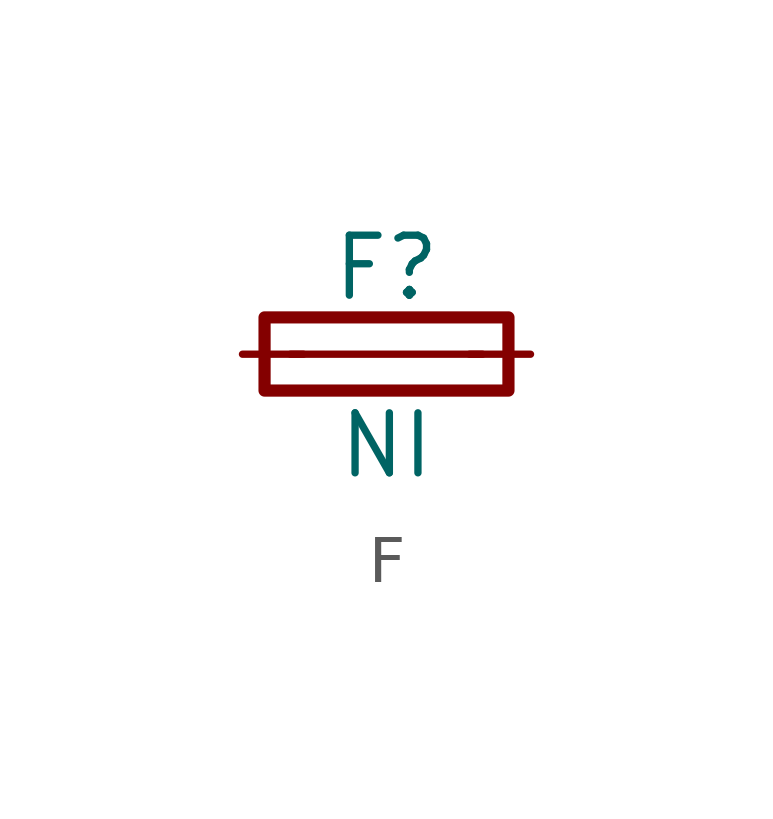
<source format=kicad_sym>
(kicad_symbol_lib
  (version 20241209)
  (generator "kicad_symbol_editor")
  (generator_version "9.0")
  (symbol "F"
    (pin_numbers
      (hide yes))
    (pin_names
      (offset 0)
      (hide yes))
    (property "Reference" "F"
      (at 3 1.8 0)
      (do_not_autoplace)
      (effects (font (size 1.25 1.25))))
    (property "Value" "NI"
      (at 3 -1.9 0)
      (do_not_autoplace)
      (effects (font (size 1.25 1.25))))
    (symbol "F_0_1"
      (polyline (pts (xy 1 0) (xy 5 0)) (stroke (width 0) (type default)) (fill (type none)))
      (rectangle (start 5.54 -0.757) (end 0.46 0.767) (stroke (width 0.254) (type default)) (fill (type none))))
    (symbol "F_1_1"
      (pin passive line (at 0 0 0) (length 1.27) (name "1" (effects (font (size 1.25 1.25)))) (number "1" (effects (font (size 1.25 1.25)))))
      (pin passive line (at 6 0 180) (length 1.27) (name "2" (effects (font (size 1.25 1.25)))) (number "2" (effects (font (size 1.25 1.25))))))))
</source>
